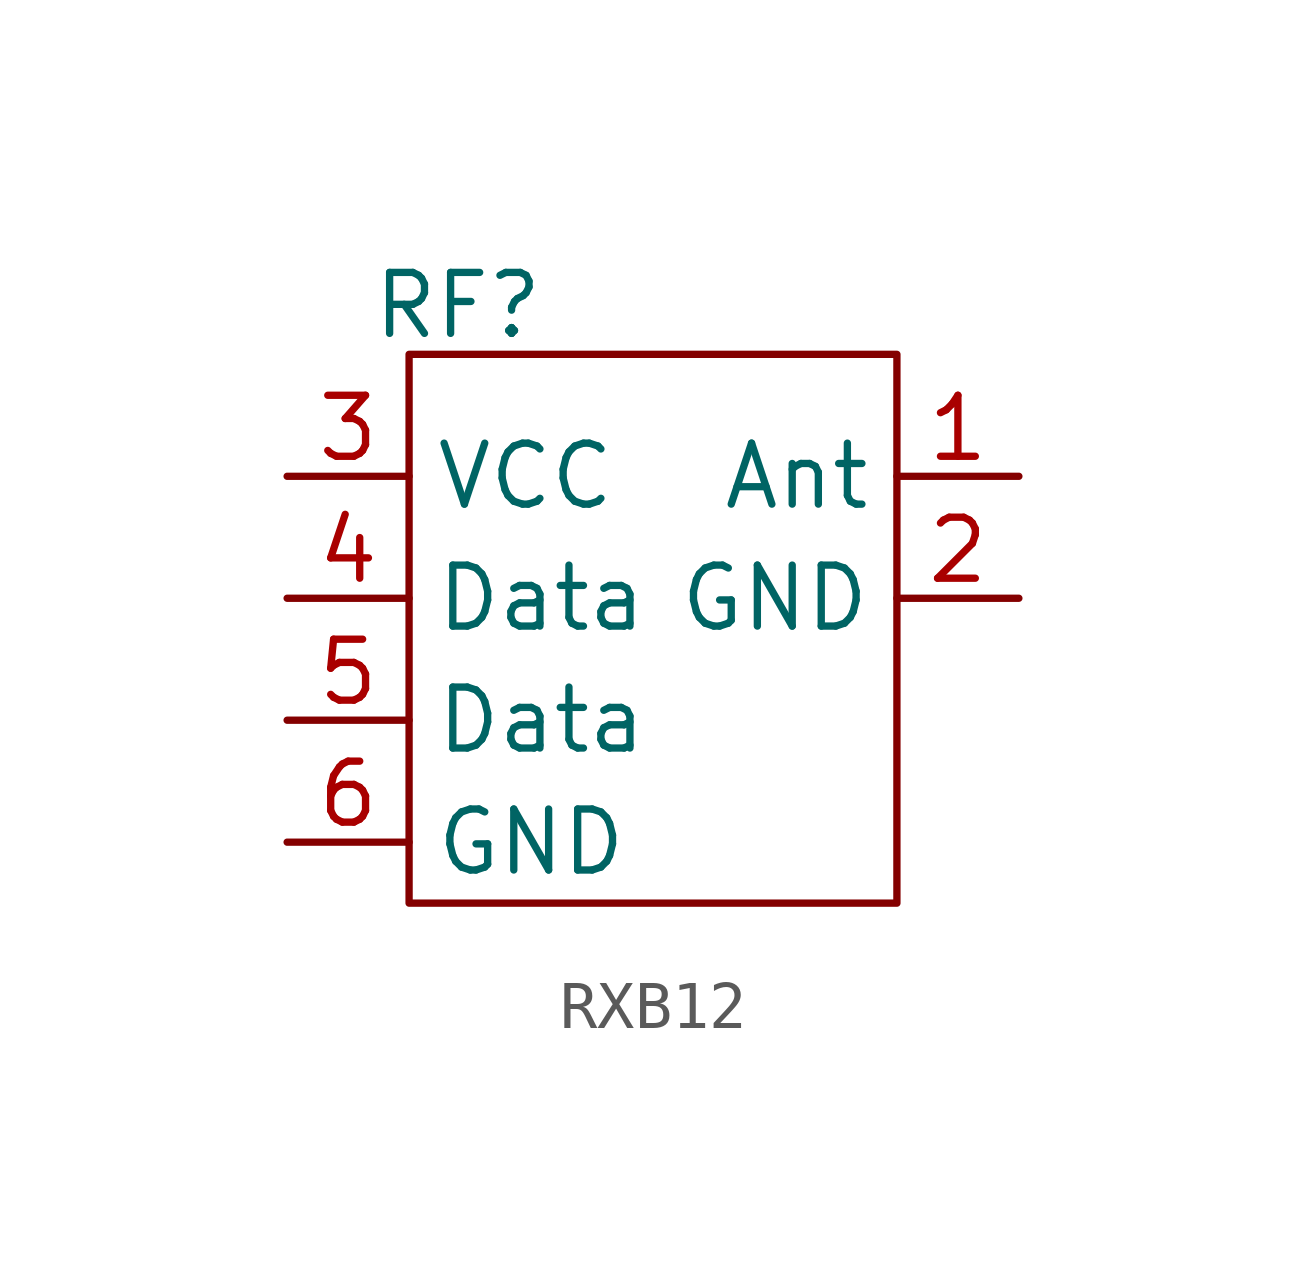
<source format=kicad_sym>
(kicad_symbol_lib
  (version 20231120)
  (generator "kicad_symbol_editor")
  (generator_version "8.0")
  (symbol "RXB12"
    (property "Reference" "RF"
      (at -4.064 7.366 0)
      (effects (font (size 1.27 1.27))))
    (property "Value" ""
      (at 0 0 0)
      (effects (font (size 1.27 1.27))))
    (symbol "RXB12_0_1"
      (rectangle (start -5.08 6.35) (end 5.08 -5.08) (stroke (width 0) (type default)) (fill (type none))))
    (symbol "RXB12_1_1"
      (pin output line (at 7.62 3.81 180) (length 2.54) (name "Ant" (effects (font (size 1.27 1.27)))) (number "1" (effects (font (size 1.27 1.27)))))
      (pin output line (at 7.62 1.27 180) (length 2.54) (name "GND" (effects (font (size 1.27 1.27)))) (number "2" (effects (font (size 1.27 1.27)))))
      (pin output line (at -7.62 3.81 0) (length 2.54) (name "VCC" (effects (font (size 1.27 1.27)))) (number "3" (effects (font (size 1.27 1.27)))))
      (pin output line (at -7.62 1.27 0) (length 2.54) (name "Data" (effects (font (size 1.27 1.27)))) (number "4" (effects (font (size 1.27 1.27)))))
      (pin output line (at -7.62 -1.27 0) (length 2.54) (name "Data" (effects (font (size 1.27 1.27)))) (number "5" (effects (font (size 1.27 1.27)))))
      (pin output line (at -7.62 -3.81 0) (length 2.54) (name "GND" (effects (font (size 1.27 1.27)))) (number "6" (effects (font (size 1.27 1.27))))))))
</source>
